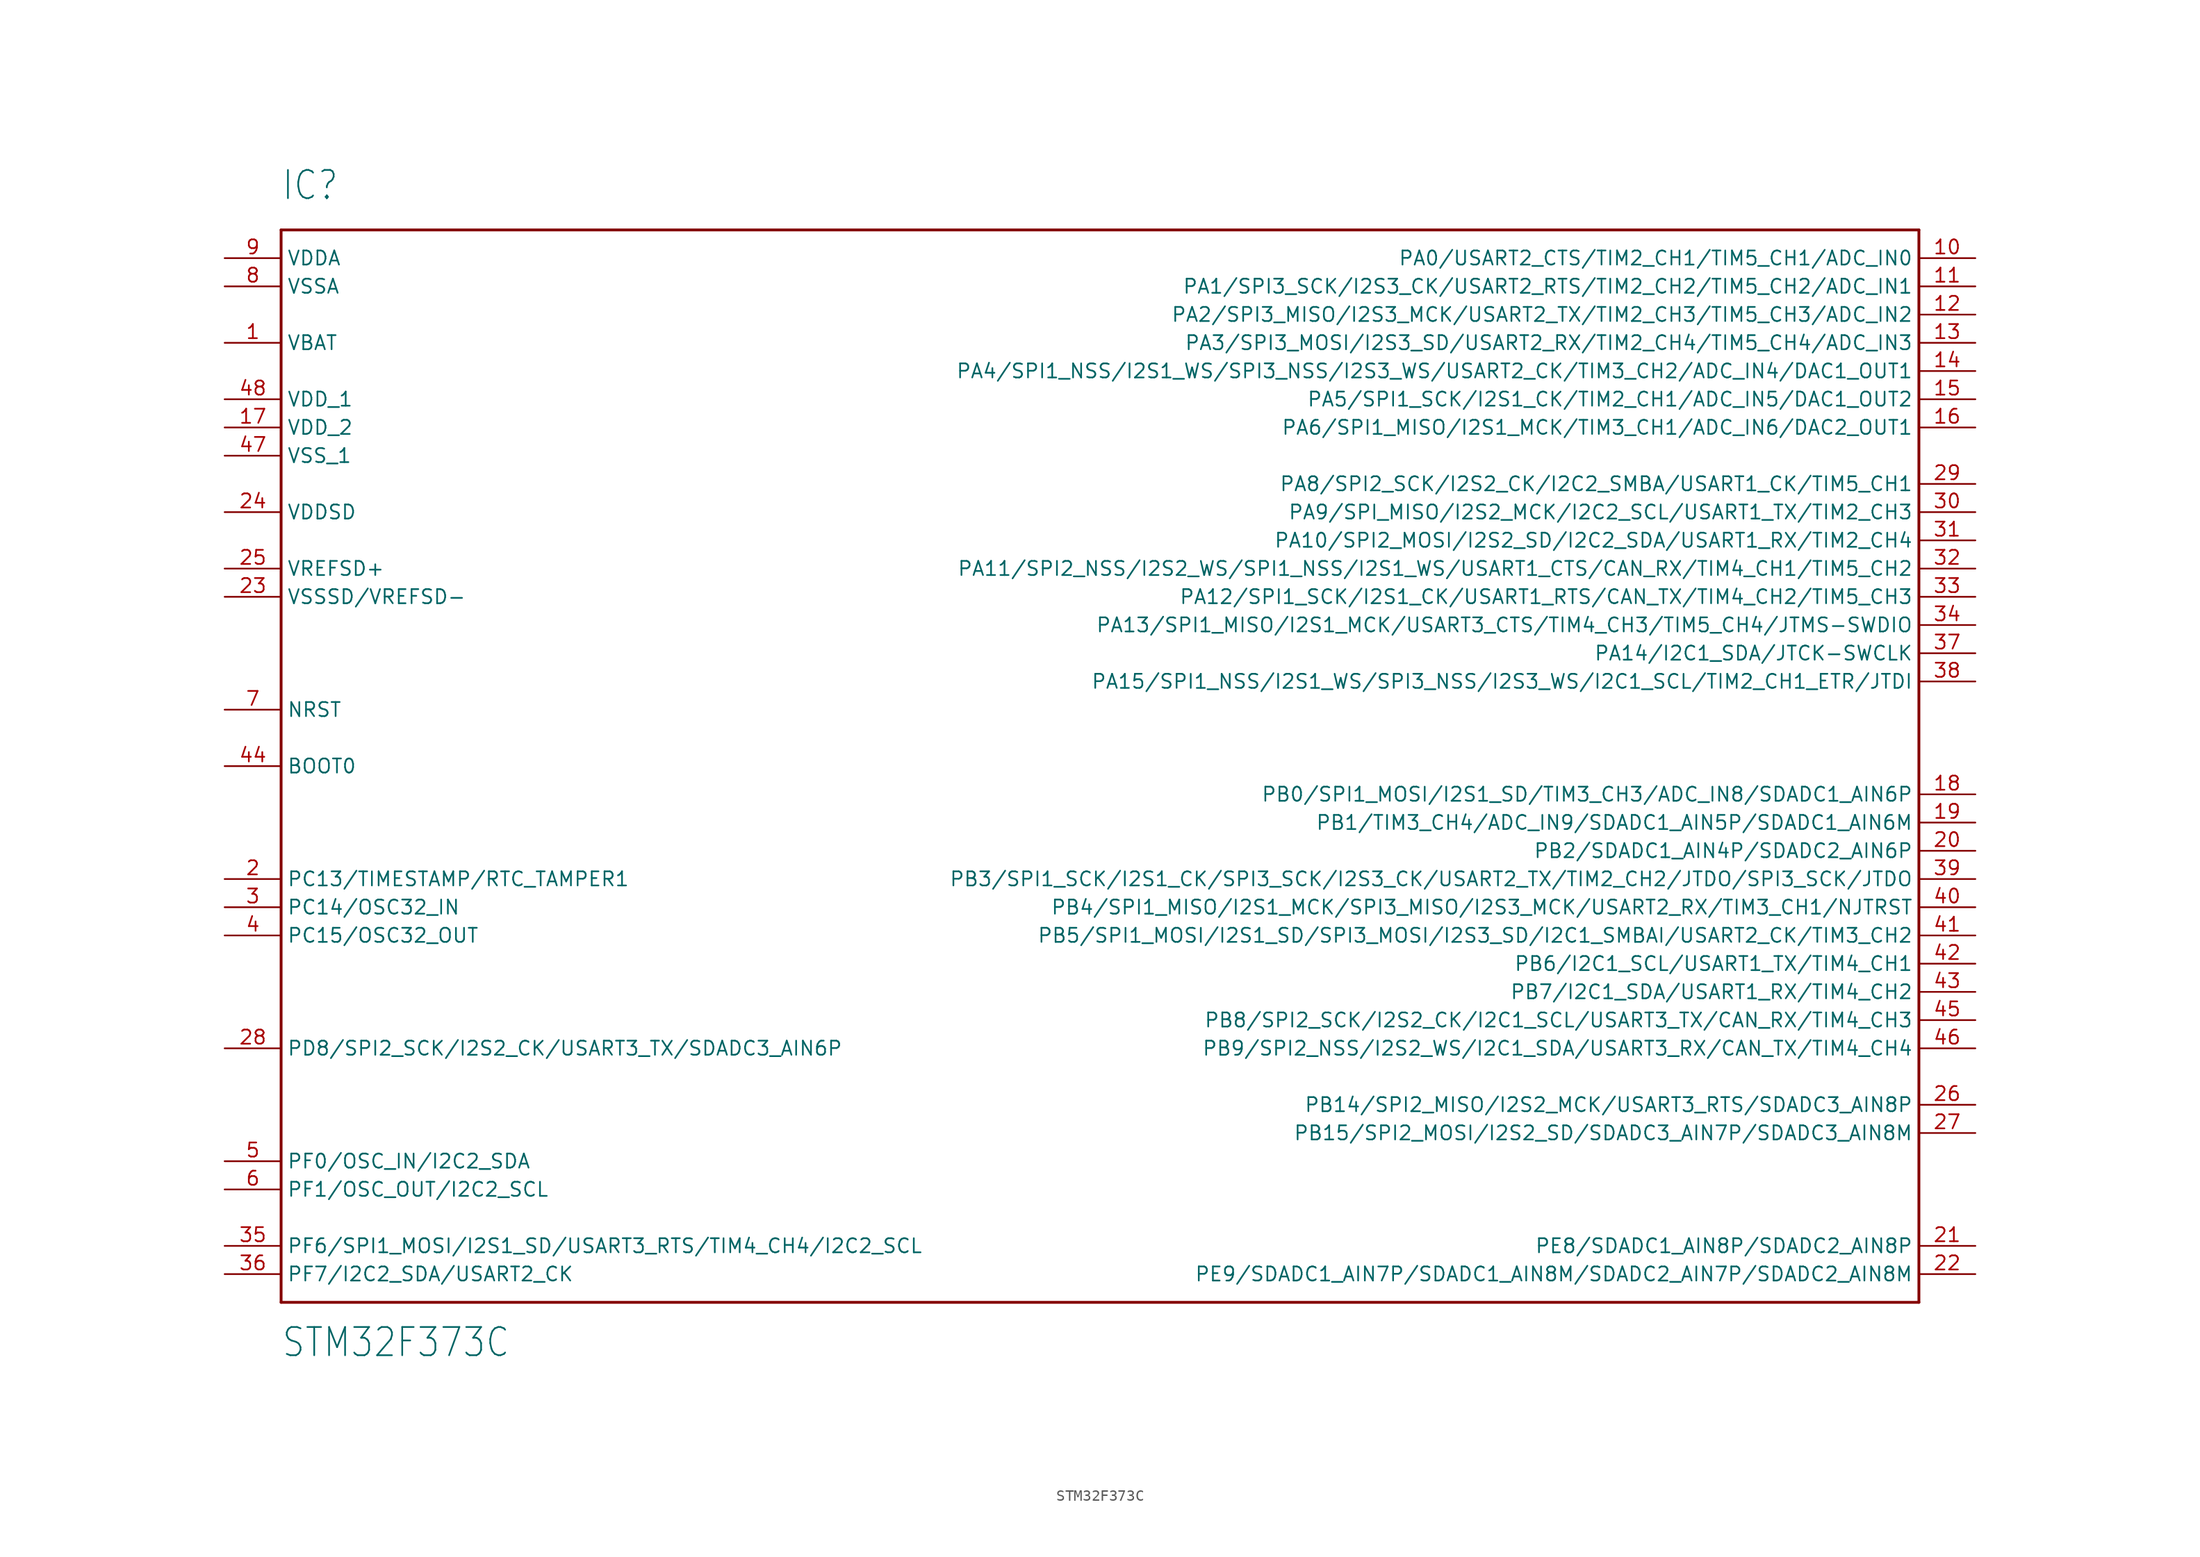
<source format=kicad_sym>
(kicad_symbol_lib
  (version 20211014)
  (generator kicad_symbol_editor)
  (symbol "STM32F373C"
    (property "Reference" "IC"
      (at -73.66 50.8 0)
      (effects (font (size 2.54 2.159)) (justify left bottom)))
    (property "Value" "STM32F373C"
      (at -73.66 -53.34 0)
      (effects (font (size 2.54 2.159)) (justify left bottom)))
    (property "ki_locked" ""
      (at 0 0 0)
      (effects (font (size 1.27 1.27))))
    (symbol "STM32F373C_1_0"
      (polyline (pts (xy -73.66 -48.26) (xy -73.66 48.26)) (stroke (width 0.254) (type default) (color 0 0 0 0)) (fill (type none)))
      (polyline (pts (xy -73.66 48.26) (xy 73.66 48.26)) (stroke (width 0.254) (type default) (color 0 0 0 0)) (fill (type none)))
      (polyline (pts (xy 73.66 -48.26) (xy -73.66 -48.26)) (stroke (width 0.254) (type default) (color 0 0 0 0)) (fill (type none)))
      (polyline (pts (xy 73.66 48.26) (xy 73.66 -48.26)) (stroke (width 0.254) (type default) (color 0 0 0 0)) (fill (type none)))
      (pin power_in line (at -78.74 38.1 0) (length 5.08) (name "VBAT" (effects (font (size 1.27 1.27)))) (number "1" (effects (font (size 1.27 1.27)))))
      (pin bidirectional line (at 78.74 45.72 180) (length 5.08) (name "PA0/USART2_CTS/TIM2_CH1/TIM5_CH1/ADC_IN0" (effects (font (size 1.27 1.27)))) (number "10" (effects (font (size 1.27 1.27)))))
      (pin bidirectional line (at 78.74 43.18 180) (length 5.08) (name "PA1/SPI3_SCK/I2S3_CK/USART2_RTS/TIM2_CH2/TIM5_CH2/ADC_IN1" (effects (font (size 1.27 1.27)))) (number "11" (effects (font (size 1.27 1.27)))))
      (pin bidirectional line (at 78.74 40.64 180) (length 5.08) (name "PA2/SPI3_MISO/I2S3_MCK/USART2_TX/TIM2_CH3/TIM5_CH3/ADC_IN2" (effects (font (size 1.27 1.27)))) (number "12" (effects (font (size 1.27 1.27)))))
      (pin bidirectional line (at 78.74 38.1 180) (length 5.08) (name "PA3/SPI3_MOSI/I2S3_SD/USART2_RX/TIM2_CH4/TIM5_CH4/ADC_IN3" (effects (font (size 1.27 1.27)))) (number "13" (effects (font (size 1.27 1.27)))))
      (pin bidirectional line (at 78.74 35.56 180) (length 5.08) (name "PA4/SPI1_NSS/I2S1_WS/SPI3_NSS/I2S3_WS/USART2_CK/TIM3_CH2/ADC_IN4/DAC1_OUT1" (effects (font (size 1.27 1.27)))) (number "14" (effects (font (size 1.27 1.27)))))
      (pin bidirectional line (at 78.74 33.02 180) (length 5.08) (name "PA5/SPI1_SCK/I2S1_CK/TIM2_CH1/ADC_IN5/DAC1_OUT2" (effects (font (size 1.27 1.27)))) (number "15" (effects (font (size 1.27 1.27)))))
      (pin bidirectional line (at 78.74 30.48 180) (length 5.08) (name "PA6/SPI1_MISO/I2S1_MCK/TIM3_CH1/ADC_IN6/DAC2_OUT1" (effects (font (size 1.27 1.27)))) (number "16" (effects (font (size 1.27 1.27)))))
      (pin power_in line (at -78.74 30.48 0) (length 5.08) (name "VDD_2" (effects (font (size 1.27 1.27)))) (number "17" (effects (font (size 1.27 1.27)))))
      (pin bidirectional line (at 78.74 -2.54 180) (length 5.08) (name "PB0/SPI1_MOSI/I2S1_SD/TIM3_CH3/ADC_IN8/SDADC1_AIN6P" (effects (font (size 1.27 1.27)))) (number "18" (effects (font (size 1.27 1.27)))))
      (pin bidirectional line (at 78.74 -5.08 180) (length 5.08) (name "PB1/TIM3_CH4/ADC_IN9/SDADC1_AIN5P/SDADC1_AIN6M" (effects (font (size 1.27 1.27)))) (number "19" (effects (font (size 1.27 1.27)))))
      (pin bidirectional line (at -78.74 -10.16 0) (length 5.08) (name "PC13/TIMESTAMP/RTC_TAMPER1" (effects (font (size 1.27 1.27)))) (number "2" (effects (font (size 1.27 1.27)))))
      (pin bidirectional line (at 78.74 -7.62 180) (length 5.08) (name "PB2/SDADC1_AIN4P/SDADC2_AIN6P" (effects (font (size 1.27 1.27)))) (number "20" (effects (font (size 1.27 1.27)))))
      (pin bidirectional line (at 78.74 -43.18 180) (length 5.08) (name "PE8/SDADC1_AIN8P/SDADC2_AIN8P" (effects (font (size 1.27 1.27)))) (number "21" (effects (font (size 1.27 1.27)))))
      (pin bidirectional line (at 78.74 -45.72 180) (length 5.08) (name "PE9/SDADC1_AIN7P/SDADC1_AIN8M/SDADC2_AIN7P/SDADC2_AIN8M" (effects (font (size 1.27 1.27)))) (number "22" (effects (font (size 1.27 1.27)))))
      (pin power_in line (at -78.74 15.24 0) (length 5.08) (name "VSSSD/VREFSD-" (effects (font (size 1.27 1.27)))) (number "23" (effects (font (size 1.27 1.27)))))
      (pin power_in line (at -78.74 22.86 0) (length 5.08) (name "VDDSD" (effects (font (size 1.27 1.27)))) (number "24" (effects (font (size 1.27 1.27)))))
      (pin power_in line (at -78.74 17.78 0) (length 5.08) (name "VREFSD+" (effects (font (size 1.27 1.27)))) (number "25" (effects (font (size 1.27 1.27)))))
      (pin bidirectional line (at 78.74 -30.48 180) (length 5.08) (name "PB14/SPI2_MISO/I2S2_MCK/USART3_RTS/SDADC3_AIN8P" (effects (font (size 1.27 1.27)))) (number "26" (effects (font (size 1.27 1.27)))))
      (pin bidirectional line (at 78.74 -33.02 180) (length 5.08) (name "PB15/SPI2_MOSI/I2S2_SD/SDADC3_AIN7P/SDADC3_AIN8M" (effects (font (size 1.27 1.27)))) (number "27" (effects (font (size 1.27 1.27)))))
      (pin bidirectional line (at -78.74 -25.4 0) (length 5.08) (name "PD8/SPI2_SCK/I2S2_CK/USART3_TX/SDADC3_AIN6P" (effects (font (size 1.27 1.27)))) (number "28" (effects (font (size 1.27 1.27)))))
      (pin bidirectional line (at 78.74 25.4 180) (length 5.08) (name "PA8/SPI2_SCK/I2S2_CK/I2C2_SMBA/USART1_CK/TIM5_CH1" (effects (font (size 1.27 1.27)))) (number "29" (effects (font (size 1.27 1.27)))))
      (pin bidirectional line (at -78.74 -12.7 0) (length 5.08) (name "PC14/OSC32_IN" (effects (font (size 1.27 1.27)))) (number "3" (effects (font (size 1.27 1.27)))))
      (pin bidirectional line (at 78.74 22.86 180) (length 5.08) (name "PA9/SPI_MISO/I2S2_MCK/I2C2_SCL/USART1_TX/TIM2_CH3" (effects (font (size 1.27 1.27)))) (number "30" (effects (font (size 1.27 1.27)))))
      (pin bidirectional line (at 78.74 20.32 180) (length 5.08) (name "PA10/SPI2_MOSI/I2S2_SD/I2C2_SDA/USART1_RX/TIM2_CH4" (effects (font (size 1.27 1.27)))) (number "31" (effects (font (size 1.27 1.27)))))
      (pin bidirectional line (at 78.74 17.78 180) (length 5.08) (name "PA11/SPI2_NSS/I2S2_WS/SPI1_NSS/I2S1_WS/USART1_CTS/CAN_RX/TIM4_CH1/TIM5_CH2" (effects (font (size 1.27 1.27)))) (number "32" (effects (font (size 1.27 1.27)))))
      (pin bidirectional line (at 78.74 15.24 180) (length 5.08) (name "PA12/SPI1_SCK/I2S1_CK/USART1_RTS/CAN_TX/TIM4_CH2/TIM5_CH3" (effects (font (size 1.27 1.27)))) (number "33" (effects (font (size 1.27 1.27)))))
      (pin bidirectional line (at 78.74 12.7 180) (length 5.08) (name "PA13/SPI1_MISO/I2S1_MCK/USART3_CTS/TIM4_CH3/TIM5_CH4/JTMS-SWDIO" (effects (font (size 1.27 1.27)))) (number "34" (effects (font (size 1.27 1.27)))))
      (pin bidirectional line (at -78.74 -43.18 0) (length 5.08) (name "PF6/SPI1_MOSI/I2S1_SD/USART3_RTS/TIM4_CH4/I2C2_SCL" (effects (font (size 1.27 1.27)))) (number "35" (effects (font (size 1.27 1.27)))))
      (pin bidirectional line (at -78.74 -45.72 0) (length 5.08) (name "PF7/I2C2_SDA/USART2_CK" (effects (font (size 1.27 1.27)))) (number "36" (effects (font (size 1.27 1.27)))))
      (pin bidirectional line (at 78.74 10.16 180) (length 5.08) (name "PA14/I2C1_SDA/JTCK-SWCLK" (effects (font (size 1.27 1.27)))) (number "37" (effects (font (size 1.27 1.27)))))
      (pin bidirectional line (at 78.74 7.62 180) (length 5.08) (name "PA15/SPI1_NSS/I2S1_WS/SPI3_NSS/I2S3_WS/I2C1_SCL/TIM2_CH1_ETR/JTDI" (effects (font (size 1.27 1.27)))) (number "38" (effects (font (size 1.27 1.27)))))
      (pin bidirectional line (at 78.74 -10.16 180) (length 5.08) (name "PB3/SPI1_SCK/I2S1_CK/SPI3_SCK/I2S3_CK/USART2_TX/TIM2_CH2/JTDO/SPI3_SCK/JTDO" (effects (font (size 1.27 1.27)))) (number "39" (effects (font (size 1.27 1.27)))))
      (pin bidirectional line (at -78.74 -15.24 0) (length 5.08) (name "PC15/OSC32_OUT" (effects (font (size 1.27 1.27)))) (number "4" (effects (font (size 1.27 1.27)))))
      (pin bidirectional line (at 78.74 -12.7 180) (length 5.08) (name "PB4/SPI1_MISO/I2S1_MCK/SPI3_MISO/I2S3_MCK/USART2_RX/TIM3_CH1/NJTRST" (effects (font (size 1.27 1.27)))) (number "40" (effects (font (size 1.27 1.27)))))
      (pin bidirectional line (at 78.74 -15.24 180) (length 5.08) (name "PB5/SPI1_MOSI/I2S1_SD/SPI3_MOSI/I2S3_SD/I2C1_SMBAI/USART2_CK/TIM3_CH2" (effects (font (size 1.27 1.27)))) (number "41" (effects (font (size 1.27 1.27)))))
      (pin bidirectional line (at 78.74 -17.78 180) (length 5.08) (name "PB6/I2C1_SCL/USART1_TX/TIM4_CH1" (effects (font (size 1.27 1.27)))) (number "42" (effects (font (size 1.27 1.27)))))
      (pin bidirectional line (at 78.74 -20.32 180) (length 5.08) (name "PB7/I2C1_SDA/USART1_RX/TIM4_CH2" (effects (font (size 1.27 1.27)))) (number "43" (effects (font (size 1.27 1.27)))))
      (pin bidirectional line (at -78.74 0 0) (length 5.08) (name "BOOT0" (effects (font (size 1.27 1.27)))) (number "44" (effects (font (size 1.27 1.27)))))
      (pin bidirectional line (at 78.74 -22.86 180) (length 5.08) (name "PB8/SPI2_SCK/I2S2_CK/I2C1_SCL/USART3_TX/CAN_RX/TIM4_CH3" (effects (font (size 1.27 1.27)))) (number "45" (effects (font (size 1.27 1.27)))))
      (pin bidirectional line (at 78.74 -25.4 180) (length 5.08) (name "PB9/SPI2_NSS/I2S2_WS/I2C1_SDA/USART3_RX/CAN_TX/TIM4_CH4" (effects (font (size 1.27 1.27)))) (number "46" (effects (font (size 1.27 1.27)))))
      (pin power_in line (at -78.74 27.94 0) (length 5.08) (name "VSS_1" (effects (font (size 1.27 1.27)))) (number "47" (effects (font (size 1.27 1.27)))))
      (pin power_in line (at -78.74 33.02 0) (length 5.08) (name "VDD_1" (effects (font (size 1.27 1.27)))) (number "48" (effects (font (size 1.27 1.27)))))
      (pin bidirectional line (at -78.74 -35.56 0) (length 5.08) (name "PF0/OSC_IN/I2C2_SDA" (effects (font (size 1.27 1.27)))) (number "5" (effects (font (size 1.27 1.27)))))
      (pin bidirectional line (at -78.74 -38.1 0) (length 5.08) (name "PF1/OSC_OUT/I2C2_SCL" (effects (font (size 1.27 1.27)))) (number "6" (effects (font (size 1.27 1.27)))))
      (pin bidirectional line (at -78.74 5.08 0) (length 5.08) (name "NRST" (effects (font (size 1.27 1.27)))) (number "7" (effects (font (size 1.27 1.27)))))
      (pin power_in line (at -78.74 43.18 0) (length 5.08) (name "VSSA" (effects (font (size 1.27 1.27)))) (number "8" (effects (font (size 1.27 1.27)))))
      (pin power_in line (at -78.74 45.72 0) (length 5.08) (name "VDDA" (effects (font (size 1.27 1.27)))) (number "9" (effects (font (size 1.27 1.27))))))))
</source>
